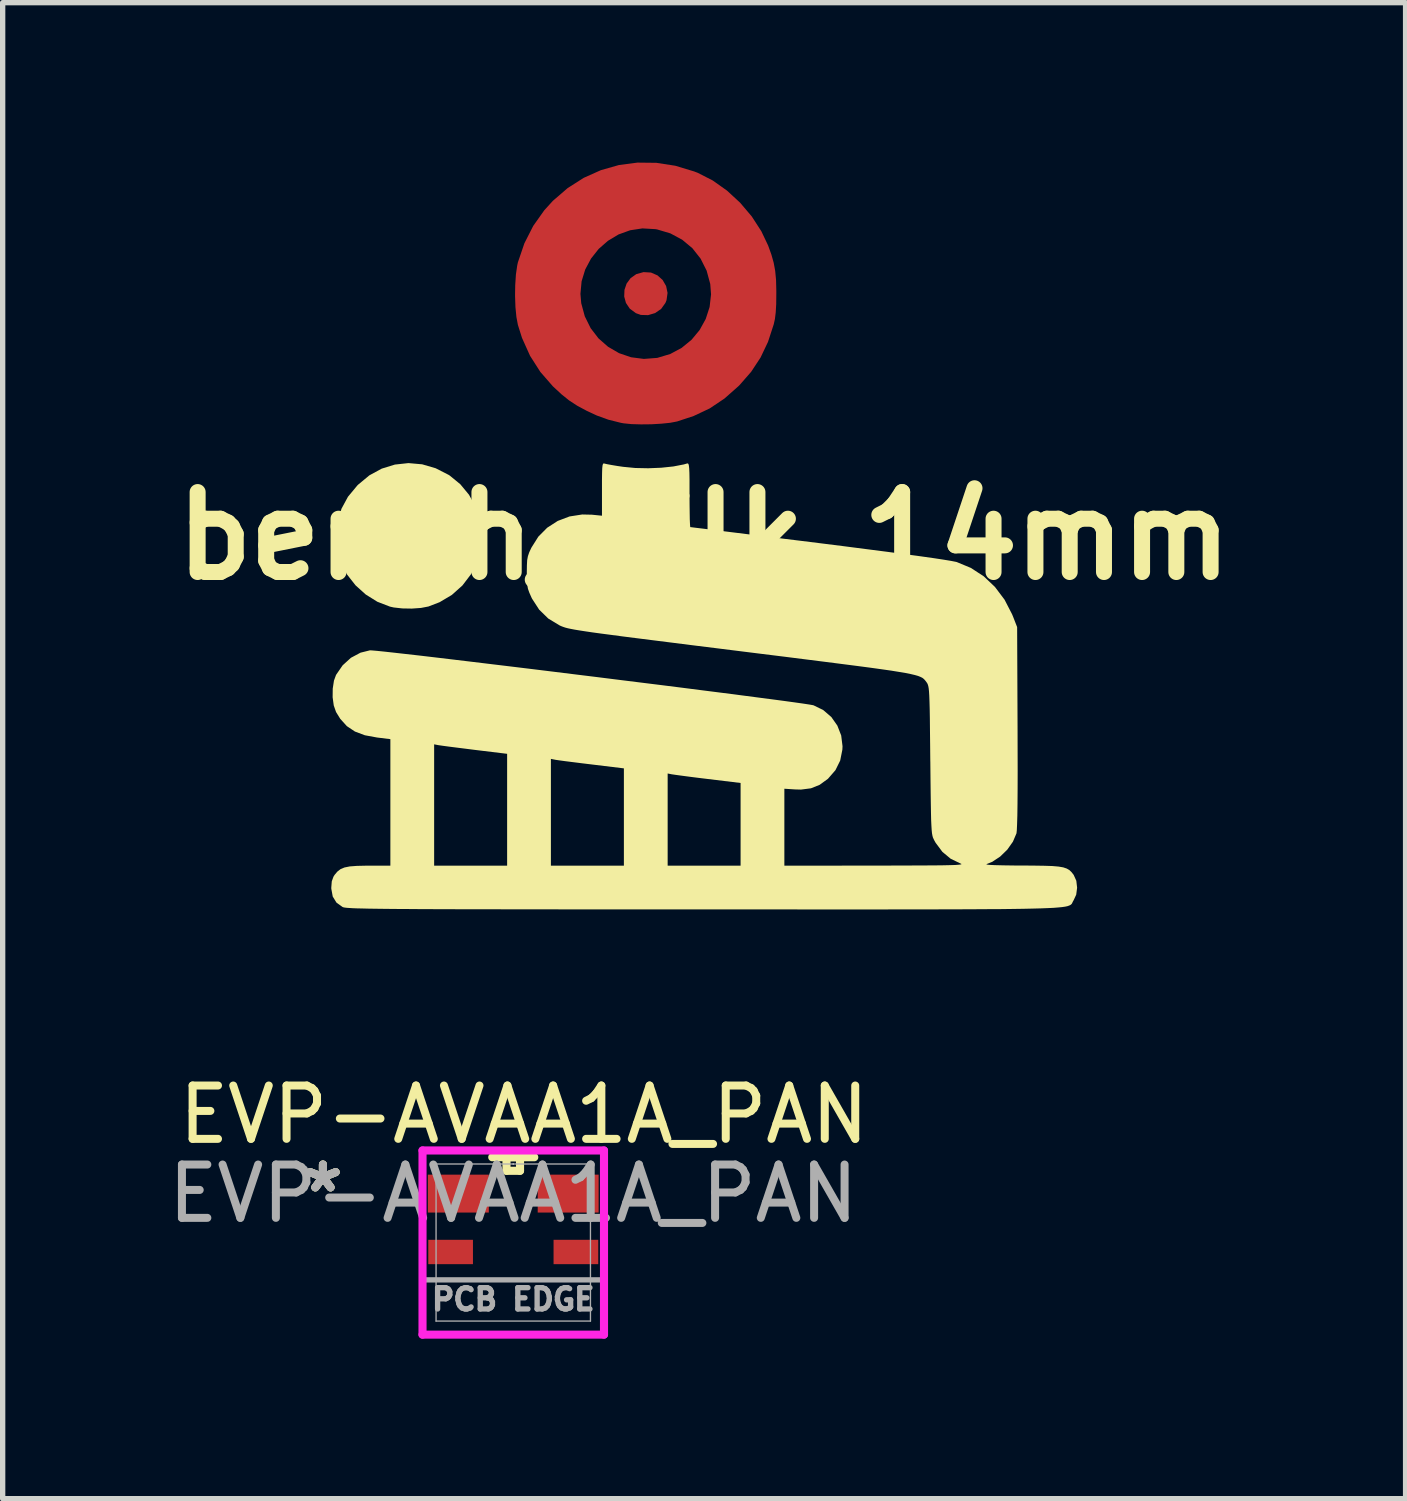
<source format=kicad_pcb>
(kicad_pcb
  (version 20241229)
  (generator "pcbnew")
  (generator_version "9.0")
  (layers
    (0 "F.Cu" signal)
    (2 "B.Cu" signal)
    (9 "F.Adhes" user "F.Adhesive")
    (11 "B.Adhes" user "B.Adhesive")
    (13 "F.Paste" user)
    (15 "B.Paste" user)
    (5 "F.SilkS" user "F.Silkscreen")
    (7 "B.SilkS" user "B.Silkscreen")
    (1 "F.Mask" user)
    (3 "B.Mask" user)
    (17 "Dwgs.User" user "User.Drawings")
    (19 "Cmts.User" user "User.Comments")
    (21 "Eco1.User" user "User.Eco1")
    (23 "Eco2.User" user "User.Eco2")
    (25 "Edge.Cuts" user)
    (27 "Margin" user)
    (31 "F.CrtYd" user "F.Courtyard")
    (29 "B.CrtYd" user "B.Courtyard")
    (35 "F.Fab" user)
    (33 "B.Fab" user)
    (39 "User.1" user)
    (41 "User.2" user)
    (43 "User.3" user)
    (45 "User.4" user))
  (footprint "EVP-AVAA1A_PAN"
    (layer "F.Cu")
    (at 6.577 20.256)
    (property "Reference" "EVP-AVAA1A_PAN" (at 0.2 -2.4 0) (unlocked yes) (layer "F.SilkS") (effects (font (size 1 1) (thickness 0.15))))
    (attr smd)
    (fp_line (start -0.127 -1.6) (end -0.127 -1.346) (stroke (width 0.152) (type solid)) (layer "F.SilkS"))
    (fp_line (start -0.127 -1.346) (end 0.127 -1.346) (stroke (width 0.152) (type solid)) (layer "F.SilkS"))
    (fp_line (start 0.127 -1.6) (end -0.127 -1.6) (stroke (width 0.152) (type solid)) (layer "F.SilkS"))
    (fp_line (start 0.127 -1.346) (end 0.127 -1.6) (stroke (width 0.152) (type solid)) (layer "F.SilkS"))
    (fp_line (start 0.394 -1.6) (end -0.394 -1.6) (stroke (width 0.152) (type solid)) (layer "F.SilkS"))
    (fp_line (start -1.702 -1.727) (end -1.702 1.727) (stroke (width 0.152) (type solid)) (layer "F.CrtYd"))
    (fp_line (start -1.702 1.727) (end 1.702 1.727) (stroke (width 0.152) (type solid)) (layer "F.CrtYd"))
    (fp_line (start 1.702 -1.727) (end -1.702 -1.727) (stroke (width 0.152) (type solid)) (layer "F.CrtYd"))
    (fp_line (start 1.702 1.727) (end 1.702 -1.727) (stroke (width 0.152) (type solid)) (layer "F.CrtYd"))
    (fp_line (start -1.448 -1.473) (end -1.448 1.473) (stroke (width 0.025) (type solid)) (layer "F.Fab"))
    (fp_line (start -1.448 1.473) (end 1.448 1.473) (stroke (width 0.025) (type solid)) (layer "F.Fab"))
    (fp_line (start 0 -1.473) (end 0 -1.473) (stroke (width 0.025) (type solid)) (layer "F.Fab"))
    (fp_line (start 0 -1.473) (end 0 -1.473) (stroke (width 0.025) (type solid)) (layer "F.Fab"))
    (fp_line (start 0 -1.473) (end 0 -1.473) (stroke (width 0.025) (type solid)) (layer "F.Fab"))
    (fp_line (start 0 -1.473) (end 0 -1.473) (stroke (width 0.025) (type solid)) (layer "F.Fab"))
    (fp_line (start 1.448 -1.473) (end -1.448 -1.473) (stroke (width 0.025) (type solid)) (layer "F.Fab"))
    (fp_line (start 1.448 1.473) (end 1.448 -1.473) (stroke (width 0.025) (type solid)) (layer "F.Fab"))
    (fp_line (start 1.7 0.7) (end -1.7 0.7) (stroke (width 0.1) (type default)) (layer "F.Fab"))
    (fp_text user "*" (at -3.57 -0.918 0) (unlocked yes) (layer "F.SilkS") (effects (font (size 1 1) (thickness 0.15))))
    (fp_text user "*" (at -3.57 -0.918 0) (layer "F.SilkS") (effects (font (size 1 1) (thickness 0.15))))
    (fp_text user "*" (at -3.57 -0.918 0) (layer "F.Fab") (effects (font (size 1 1) (thickness 0.15))))
    (fp_text user "PCB EDGE" (at 0 1.3 0) (unlocked yes) (layer "F.Fab") (effects (font (size 0.4 0.4) (thickness 0.1) (bold yes)) (justify bottom)))
    (fp_text user "${REFERENCE}" (at 0 -0.918 0) (unlocked yes) (layer "F.Fab") (effects (font (size 1 1) (thickness 0.15))))
    (fp_text user "*" (at -3.57 -0.918 0) (unlocked yes) (layer "F.Fab") (effects (font (size 1 1) (thickness 0.15))))
    (pad "1" smd rect (at -1.175 0.177) (size 0.838 0.457) (layers "F.Cu" "F.Mask" "F.Paste"))
    (pad "2" smd rect (at -1.03 -0.918) (size 1.143 0.711) (layers "F.Cu" "F.Mask" "F.Paste"))
    (pad "3" smd rect (at 1.03 -0.918) (size 1.143 0.711) (layers "F.Cu" "F.Mask" "F.Paste"))
    (pad "4" smd rect (at 1.175 0.177) (size 0.838 0.457) (layers "F.Cu" "F.Mask" "F.Paste")))
  (footprint "bench_silk_14mm"
    (layer "F.Cu")
    (at 10.157 7.001)
    (property "Reference" "bench_silk_14mm" (at 0 0 0) (layer "F.SilkS") (effects (font (size 1.5 1.5) (thickness 0.3))))
    (attr board_only exclude_from_pos_files exclude_from_bom)
    (fp_poly (pts (xy -0.997 -4.939) (xy -0.875 -4.886) (xy -0.778 -4.799) (xy -0.713 -4.686) (xy -0.686 -4.557) (xy -0.705 -4.421) (xy -0.726 -4.369) (xy -0.806 -4.257) (xy -0.919 -4.179) (xy -1.051 -4.14) (xy -1.187 -4.144) (xy -1.28 -4.177) (xy -1.394 -4.261) (xy -1.466 -4.368) (xy -1.499 -4.489) (xy -1.494 -4.614) (xy -1.454 -4.732) (xy -1.379 -4.834) (xy -1.273 -4.909) (xy -1.137 -4.947)) (stroke (width 0) (type solid)) (fill yes) (layer "F.Cu"))
    (fp_poly (pts (xy -0.896 -6.997) (xy -0.54 -6.942) (xy -0.186 -6.835) (xy -0.119 -6.809) (xy 0.161 -6.666) (xy 0.429 -6.476) (xy 0.675 -6.249) (xy 0.893 -5.992) (xy 1.073 -5.714) (xy 1.2 -5.447) (xy 1.262 -5.275) (xy 1.305 -5.122) (xy 1.333 -4.97) (xy 1.349 -4.801) (xy 1.354 -4.599) (xy 1.354 -4.544) (xy 1.352 -4.346) (xy 1.343 -4.192) (xy 1.328 -4.068) (xy 1.306 -3.969) (xy 1.198 -3.638) (xy 1.058 -3.344) (xy 0.882 -3.077) (xy 0.662 -2.825) (xy 0.642 -2.806) (xy 0.382 -2.576) (xy 0.106 -2.391) (xy -0.197 -2.248) (xy -0.506 -2.146) (xy -0.636 -2.121) (xy -0.803 -2.104) (xy -0.991 -2.093) (xy -1.183 -2.091) (xy -1.362 -2.096) (xy -1.511 -2.111) (xy -1.56 -2.12) (xy -1.796 -2.179) (xy -2.012 -2.257) (xy -2.203 -2.346) (xy -2.382 -2.442) (xy -2.532 -2.54) (xy -2.674 -2.654) (xy -2.828 -2.797) (xy -2.836 -2.804) (xy -3.072 -3.075) (xy -3.265 -3.377) (xy -3.416 -3.713) (xy -3.493 -3.957) (xy -3.521 -4.106) (xy -3.539 -4.291) (xy -3.546 -4.497) (xy -3.546 -4.539) (xy -2.32 -4.539) (xy -2.305 -4.363) (xy -2.238 -4.117) (xy -2.128 -3.895) (xy -1.981 -3.704) (xy -1.802 -3.547) (xy -1.596 -3.427) (xy -1.37 -3.35) (xy -1.13 -3.319) (xy -0.881 -3.338) (xy -0.873 -3.34) (xy -0.636 -3.411) (xy -0.423 -3.525) (xy -0.237 -3.677) (xy -0.085 -3.86) (xy 0.03 -4.068) (xy 0.103 -4.293) (xy 0.13 -4.53) (xy 0.115 -4.724) (xy 0.047 -4.975) (xy -0.067 -5.201) (xy -0.221 -5.396) (xy -0.412 -5.555) (xy -0.634 -5.674) (xy -0.883 -5.748) (xy -0.915 -5.753) (xy -1.156 -5.767) (xy -1.388 -5.732) (xy -1.606 -5.653) (xy -1.804 -5.534) (xy -1.978 -5.382) (xy -2.121 -5.201) (xy -2.23 -4.997) (xy -2.298 -4.775) (xy -2.32 -4.539) (xy -3.546 -4.539) (xy -3.543 -4.706) (xy -3.53 -4.903) (xy -3.506 -5.07) (xy -3.493 -5.13) (xy -3.371 -5.488) (xy -3.206 -5.813) (xy -2.998 -6.107) (xy -2.836 -6.285) (xy -2.56 -6.523) (xy -2.259 -6.715) (xy -1.937 -6.859) (xy -1.6 -6.955) (xy -1.251 -7.001)) (stroke (width 0) (type solid)) (fill yes) (layer "F.Cu"))
    (fp_poly (pts (xy -0.997 -4.939) (xy -0.875 -4.886) (xy -0.778 -4.799) (xy -0.713 -4.686) (xy -0.686 -4.557) (xy -0.705 -4.421) (xy -0.726 -4.369) (xy -0.806 -4.257) (xy -0.919 -4.179) (xy -1.051 -4.14) (xy -1.187 -4.144) (xy -1.28 -4.177) (xy -1.394 -4.261) (xy -1.466 -4.368) (xy -1.499 -4.489) (xy -1.494 -4.614) (xy -1.454 -4.732) (xy -1.379 -4.834) (xy -1.273 -4.909) (xy -1.137 -4.947)) (stroke (width 0) (type solid)) (fill yes) (layer "F.Mask"))
    (fp_poly (pts (xy -0.896 -6.997) (xy -0.54 -6.942) (xy -0.186 -6.835) (xy -0.119 -6.809) (xy 0.161 -6.666) (xy 0.429 -6.476) (xy 0.675 -6.249) (xy 0.893 -5.992) (xy 1.073 -5.714) (xy 1.2 -5.447) (xy 1.262 -5.275) (xy 1.305 -5.122) (xy 1.333 -4.97) (xy 1.349 -4.801) (xy 1.354 -4.599) (xy 1.354 -4.544) (xy 1.352 -4.346) (xy 1.343 -4.192) (xy 1.328 -4.068) (xy 1.306 -3.969) (xy 1.198 -3.638) (xy 1.058 -3.344) (xy 0.882 -3.077) (xy 0.662 -2.825) (xy 0.642 -2.806) (xy 0.382 -2.576) (xy 0.106 -2.391) (xy -0.197 -2.248) (xy -0.506 -2.146) (xy -0.636 -2.121) (xy -0.803 -2.104) (xy -0.991 -2.093) (xy -1.183 -2.091) (xy -1.362 -2.096) (xy -1.511 -2.111) (xy -1.56 -2.12) (xy -1.796 -2.179) (xy -2.012 -2.257) (xy -2.203 -2.346) (xy -2.382 -2.442) (xy -2.532 -2.54) (xy -2.674 -2.654) (xy -2.828 -2.797) (xy -2.836 -2.804) (xy -3.072 -3.075) (xy -3.265 -3.377) (xy -3.416 -3.713) (xy -3.493 -3.957) (xy -3.521 -4.106) (xy -3.539 -4.291) (xy -3.546 -4.497) (xy -3.546 -4.539) (xy -2.32 -4.539) (xy -2.305 -4.363) (xy -2.238 -4.117) (xy -2.128 -3.895) (xy -1.981 -3.704) (xy -1.802 -3.547) (xy -1.596 -3.427) (xy -1.37 -3.35) (xy -1.13 -3.319) (xy -0.881 -3.338) (xy -0.873 -3.34) (xy -0.636 -3.411) (xy -0.423 -3.525) (xy -0.237 -3.677) (xy -0.085 -3.86) (xy 0.03 -4.068) (xy 0.103 -4.293) (xy 0.13 -4.53) (xy 0.115 -4.724) (xy 0.047 -4.975) (xy -0.067 -5.201) (xy -0.221 -5.396) (xy -0.412 -5.555) (xy -0.634 -5.674) (xy -0.883 -5.748) (xy -0.915 -5.753) (xy -1.156 -5.767) (xy -1.388 -5.732) (xy -1.606 -5.653) (xy -1.804 -5.534) (xy -1.978 -5.382) (xy -2.121 -5.201) (xy -2.23 -4.997) (xy -2.298 -4.775) (xy -2.32 -4.539) (xy -3.546 -4.539) (xy -3.543 -4.706) (xy -3.53 -4.903) (xy -3.506 -5.07) (xy -3.493 -5.13) (xy -3.371 -5.488) (xy -3.206 -5.813) (xy -2.998 -6.107) (xy -2.836 -6.285) (xy -2.56 -6.523) (xy -2.259 -6.715) (xy -1.937 -6.859) (xy -1.6 -6.955) (xy -1.251 -7.001)) (stroke (width 0) (type solid)) (fill yes) (layer "F.Mask"))
    (fp_poly (pts (xy -5.288 -1.342) (xy -5.035 -1.268) (xy -4.79 -1.143) (xy -4.769 -1.129) (xy -4.573 -0.968) (xy -4.41 -0.771) (xy -4.286 -0.545) (xy -4.203 -0.301) (xy -4.167 -0.048) (xy -4.18 0.207) (xy -4.183 0.224) (xy -4.254 0.483) (xy -4.373 0.72) (xy -4.533 0.93) (xy -4.731 1.107) (xy -4.961 1.244) (xy -5.171 1.325) (xy -5.312 1.352) (xy -5.483 1.364) (xy -5.66 1.361) (xy -5.822 1.343) (xy -5.893 1.327) (xy -6.129 1.236) (xy -6.347 1.1) (xy -6.538 0.928) (xy -6.696 0.727) (xy -6.812 0.504) (xy -6.868 0.328) (xy -6.882 0.237) (xy -6.893 0.118) (xy -6.897 -0.002) (xy -6.874 -0.266) (xy -6.802 -0.509) (xy -6.68 -0.734) (xy -6.505 -0.945) (xy -6.49 -0.96) (xy -6.279 -1.135) (xy -6.047 -1.261) (xy -5.801 -1.337) (xy -5.546 -1.365)) (stroke (width 0) (type solid)) (fill yes) (layer "F.SilkS"))
    (fp_poly (pts (xy -1.868 -1.356) (xy -1.822 -1.345) (xy -1.736 -1.329) (xy -1.622 -1.31) (xy -1.519 -1.295) (xy -1.292 -1.273) (xy -1.048 -1.268) (xy -0.804 -1.278) (xy -0.576 -1.302) (xy -0.38 -1.34) (xy -0.322 -1.357) (xy -0.306 -1.359) (xy -0.294 -1.348) (xy -0.286 -1.319) (xy -0.28 -1.265) (xy -0.276 -1.179) (xy -0.274 -1.055) (xy -0.274 -0.886) (xy -0.274 -0.768) (xy -0.273 -0.593) (xy -0.271 -0.438) (xy -0.269 -0.31) (xy -0.265 -0.218) (xy -0.261 -0.17) (xy -0.259 -0.164) (xy -0.23 -0.161) (xy -0.151 -0.151) (xy -0.025 -0.136) (xy 0.143 -0.115) (xy 0.35 -0.089) (xy 0.592 -0.059) (xy 0.865 -0.025) (xy 1.164 0.012) (xy 1.487 0.053) (xy 1.83 0.095) (xy 2.159 0.136) (xy 2.628 0.195) (xy 3.053 0.25) (xy 3.434 0.299) (xy 3.77 0.344) (xy 4.058 0.383) (xy 4.299 0.417) (xy 4.489 0.446) (xy 4.629 0.469) (xy 4.716 0.486) (xy 4.738 0.491) (xy 5.003 0.601) (xy 5.244 0.758) (xy 5.455 0.958) (xy 5.635 1.197) (xy 5.777 1.472) (xy 5.799 1.526) (xy 5.871 1.711) (xy 5.879 3.592) (xy 5.88 4.032) (xy 5.881 4.417) (xy 5.88 4.747) (xy 5.878 5.022) (xy 5.875 5.243) (xy 5.87 5.41) (xy 5.865 5.522) (xy 5.859 5.579) (xy 5.858 5.581) (xy 5.792 5.736) (xy 5.686 5.886) (xy 5.552 6.016) (xy 5.404 6.114) (xy 5.3 6.156) (xy 5.296 6.164) (xy 5.347 6.171) (xy 5.452 6.176) (xy 5.612 6.18) (xy 5.826 6.183) (xy 5.949 6.183) (xy 6.19 6.185) (xy 6.383 6.188) (xy 6.533 6.193) (xy 6.649 6.203) (xy 6.736 6.218) (xy 6.801 6.24) (xy 6.85 6.268) (xy 6.89 6.306) (xy 6.927 6.353) (xy 6.932 6.36) (xy 6.981 6.469) (xy 6.996 6.6) (xy 6.979 6.73) (xy 6.932 6.832) (xy 6.921 6.851) (xy 6.912 6.868) (xy 6.905 6.884) (xy 6.897 6.899) (xy 6.885 6.912) (xy 6.869 6.924) (xy 6.845 6.935) (xy 6.813 6.946) (xy 6.77 6.955) (xy 6.713 6.963) (xy 6.641 6.97) (xy 6.553 6.977) (xy 6.445 6.982) (xy 6.316 6.987) (xy 6.164 6.991) (xy 5.986 6.995) (xy 5.782 6.998) (xy 5.548 7.001) (xy 5.283 7.002) (xy 4.984 7.004) (xy 4.651 7.005) (xy 4.28 7.006) (xy 3.87 7.006) (xy 3.418 7.007) (xy 2.924 7.007) (xy 2.383 7.007) (xy 1.796 7.007) (xy 1.159 7.006) (xy 0.47 7.006) (xy -0.004 7.006) (xy -0.722 7.006) (xy -1.387 7.006) (xy -2.002 7.006) (xy -2.568 7.006) (xy -3.087 7.005) (xy -3.561 7.005) (xy -3.993 7.004) (xy -4.385 7.004) (xy -4.738 7.003) (xy -5.054 7.002) (xy -5.336 7.001) (xy -5.585 6.999) (xy -5.803 6.998) (xy -5.994 6.996) (xy -6.157 6.994) (xy -6.297 6.992) (xy -6.414 6.989) (xy -6.51 6.987) (xy -6.589 6.984) (xy -6.651 6.98) (xy -6.698 6.977) (xy -6.733 6.973) (xy -6.758 6.969) (xy -6.775 6.964) (xy -6.782 6.961) (xy -6.896 6.879) (xy -6.966 6.765) (xy -6.993 6.618) (xy -6.993 6.596) (xy -6.984 6.48) (xy -6.953 6.394) (xy -6.932 6.36) (xy -6.88 6.298) (xy -6.821 6.252) (xy -6.746 6.22) (xy -6.646 6.2) (xy -6.511 6.19) (xy -6.333 6.186) (xy -6.284 6.186) (xy -5.885 6.186) (xy -5.885 5) (xy -5.885 3.91) (xy -5.064 3.91) (xy -5.064 5.048) (xy -5.064 6.186) (xy -4.379 6.186) (xy -3.695 6.186) (xy -3.695 5.137) (xy -3.695 4.183) (xy -2.874 4.183) (xy -2.874 5.185) (xy -2.874 6.186) (xy -2.19 6.186) (xy -1.505 6.186) (xy -1.505 5.274) (xy -1.505 4.457) (xy -0.684 4.457) (xy -0.684 5.321) (xy -0.684 6.186) (xy 0 6.186) (xy 0.684 6.186) (xy 0.684 5.41) (xy 0.684 4.635) (xy 0.075 4.561) (xy -0.106 4.539) (xy -0.272 4.518) (xy -0.415 4.499) (xy -0.526 4.484) (xy -0.595 4.474) (xy -0.609 4.472) (xy -0.684 4.457) (xy -1.505 4.457) (xy -1.505 4.361) (xy -2.114 4.287) (xy -2.295 4.265) (xy -2.462 4.244) (xy -2.605 4.226) (xy -2.715 4.211) (xy -2.784 4.201) (xy -2.799 4.198) (xy -2.874 4.183) (xy -3.695 4.183) (xy -3.695 4.088) (xy -4.304 4.014) (xy -4.485 3.991) (xy -4.652 3.97) (xy -4.794 3.952) (xy -4.905 3.937) (xy -4.974 3.927) (xy -4.988 3.925) (xy -5.064 3.91) (xy -5.885 3.91) (xy -5.885 3.813) (xy -6.136 3.782) (xy -6.364 3.74) (xy -6.55 3.67) (xy -6.701 3.569) (xy -6.825 3.432) (xy -6.904 3.304) (xy -6.947 3.181) (xy -6.968 3.027) (xy -6.966 2.865) (xy -6.943 2.715) (xy -6.904 2.608) (xy -6.78 2.428) (xy -6.625 2.287) (xy -6.445 2.191) (xy -6.268 2.147) (xy -6.227 2.149) (xy -6.136 2.157) (xy -5.998 2.171) (xy -5.816 2.191) (xy -5.595 2.216) (xy -5.338 2.245) (xy -5.049 2.279) (xy -4.731 2.317) (xy -4.389 2.358) (xy -4.025 2.402) (xy -3.643 2.448) (xy -3.248 2.496) (xy -2.842 2.546) (xy -2.43 2.597) (xy -2.015 2.648) (xy -1.601 2.7) (xy -1.191 2.751) (xy -0.789 2.801) (xy -0.4 2.85) (xy -0.026 2.898) (xy 0.329 2.943) (xy 0.662 2.986) (xy 0.967 3.026) (xy 1.243 3.062) (xy 1.484 3.094) (xy 1.688 3.122) (xy 1.851 3.145) (xy 1.969 3.163) (xy 2.038 3.175) (xy 2.054 3.179) (xy 2.235 3.268) (xy 2.386 3.398) (xy 2.499 3.559) (xy 2.571 3.744) (xy 2.596 3.946) (xy 2.593 4.01) (xy 2.552 4.215) (xy 2.463 4.395) (xy 2.324 4.555) (xy 2.319 4.559) (xy 2.168 4.669) (xy 2.004 4.735) (xy 1.817 4.759) (xy 1.707 4.756) (xy 1.505 4.743) (xy 1.505 5.465) (xy 1.505 6.186) (xy 3.209 6.185) (xy 3.561 6.184) (xy 3.862 6.183) (xy 4.114 6.182) (xy 4.322 6.181) (xy 4.489 6.179) (xy 4.619 6.176) (xy 4.714 6.173) (xy 4.778 6.168) (xy 4.815 6.163) (xy 4.828 6.157) (xy 4.82 6.15) (xy 4.814 6.148) (xy 4.624 6.056) (xy 4.469 5.927) (xy 4.341 5.755) (xy 4.316 5.71) (xy 4.303 5.683) (xy 4.291 5.656) (xy 4.282 5.622) (xy 4.274 5.577) (xy 4.268 5.517) (xy 4.263 5.436) (xy 4.258 5.329) (xy 4.255 5.193) (xy 4.252 5.021) (xy 4.249 4.81) (xy 4.246 4.554) (xy 4.243 4.249) (xy 4.242 4.21) (xy 4.239 3.899) (xy 4.236 3.638) (xy 4.234 3.422) (xy 4.231 3.247) (xy 4.227 3.107) (xy 4.223 2.999) (xy 4.218 2.918) (xy 4.212 2.859) (xy 4.204 2.816) (xy 4.195 2.787) (xy 4.185 2.765) (xy 4.172 2.746) (xy 4.154 2.722) (xy 4.137 2.701) (xy 4.117 2.681) (xy 4.092 2.662) (xy 4.057 2.645) (xy 4.012 2.627) (xy 3.952 2.61) (xy 3.875 2.592) (xy 3.777 2.572) (xy 3.657 2.552) (xy 3.51 2.528) (xy 3.335 2.503) (xy 3.127 2.474) (xy 2.885 2.442) (xy 2.605 2.406) (xy 2.285 2.365) (xy 1.921 2.319) (xy 1.51 2.267) (xy 1.05 2.21) (xy 0.698 2.166) (xy 0.211 2.105) (xy -0.224 2.051) (xy -0.611 2.002) (xy -0.953 1.959) (xy -1.253 1.921) (xy -1.514 1.888) (xy -1.739 1.858) (xy -1.93 1.833) (xy -2.092 1.811) (xy -2.227 1.791) (xy -2.337 1.774) (xy -2.427 1.759) (xy -2.5 1.745) (xy -2.557 1.733) (xy -2.603 1.721) (xy -2.639 1.709) (xy -2.671 1.697) (xy -2.699 1.685) (xy -2.715 1.677) (xy -2.923 1.551) (xy -3.094 1.384) (xy -3.227 1.179) (xy -3.239 1.155) (xy -3.278 1.067) (xy -3.304 0.994) (xy -3.318 0.918) (xy -3.324 0.822) (xy -3.326 0.69) (xy -3.326 0.684) (xy -3.324 0.551) (xy -3.319 0.455) (xy -3.305 0.381) (xy -3.281 0.31) (xy -3.242 0.226) (xy -3.237 0.217) (xy -3.109 0.014) (xy -2.943 -0.153) (xy -2.746 -0.28) (xy -2.525 -0.364) (xy -2.286 -0.401) (xy -2.105 -0.397) (xy -1.916 -0.378) (xy -1.916 -0.876) (xy -1.916 -1.052) (xy -1.914 -1.181) (xy -1.911 -1.269) (xy -1.905 -1.323) (xy -1.896 -1.351) (xy -1.883 -1.359)) (stroke (width 0) (type solid)) (fill yes) (layer "F.SilkS")))
  (gr_rect
    (start -3 -3)
    (end 23.314 25.06)
    (stroke (width 0.1) (type default))
    (fill no)
    (layer "Edge.Cuts")))
</source>
